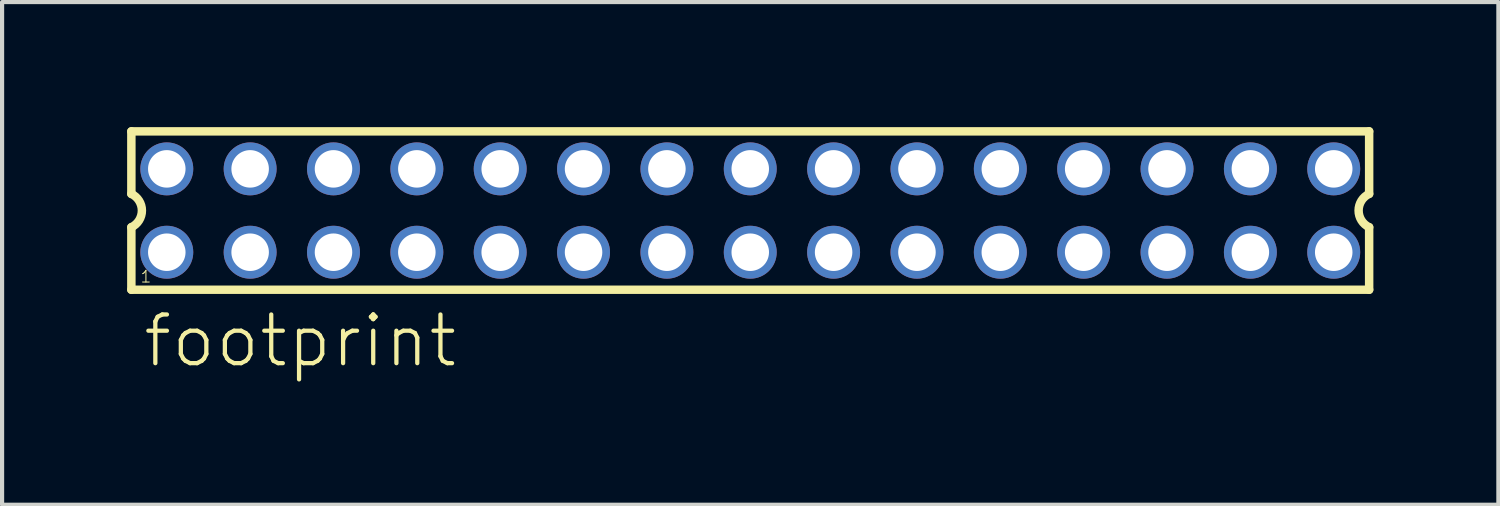
<source format=kicad_pcb>
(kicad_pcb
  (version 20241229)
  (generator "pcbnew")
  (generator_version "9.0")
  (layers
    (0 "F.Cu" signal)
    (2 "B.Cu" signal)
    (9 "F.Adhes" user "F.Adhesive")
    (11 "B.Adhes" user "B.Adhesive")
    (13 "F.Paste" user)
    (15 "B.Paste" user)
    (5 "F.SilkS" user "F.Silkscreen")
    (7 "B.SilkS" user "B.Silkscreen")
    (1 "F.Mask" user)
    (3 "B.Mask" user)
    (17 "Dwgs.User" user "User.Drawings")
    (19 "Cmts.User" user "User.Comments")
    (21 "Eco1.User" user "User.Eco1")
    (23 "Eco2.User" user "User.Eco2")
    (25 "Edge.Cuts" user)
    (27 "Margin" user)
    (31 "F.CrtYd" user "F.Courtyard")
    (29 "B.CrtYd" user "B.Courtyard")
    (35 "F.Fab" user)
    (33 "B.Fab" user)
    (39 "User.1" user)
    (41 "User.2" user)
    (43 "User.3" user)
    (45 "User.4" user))
  (footprint "footprint"
    (layer "F.Cu")
    (at 14.952 2.002)
    (property "Reference" "footprint" (at -14.62 3.81 0) (layer "F.SilkS") (effects (font (size 1.168 1.168) (thickness 0.102)) (justify left bottom)))
    (fp_line (start -14.85 -1.9) (end -14.85 -0.4) (stroke (width 0.203) (type solid)) (layer "F.SilkS"))
    (fp_line (start -14.85 0.4) (end -14.85 1.9) (stroke (width 0.203) (type solid)) (layer "F.SilkS"))
    (fp_line (start -14.85 1.9) (end 14.85 1.9) (stroke (width 0.203) (type solid)) (layer "F.SilkS"))
    (fp_line (start 14.85 -1.9) (end -14.85 -1.9) (stroke (width 0.203) (type solid)) (layer "F.SilkS"))
    (fp_line (start 14.85 -0.4) (end 14.85 -1.9) (stroke (width 0.203) (type solid)) (layer "F.SilkS"))
    (fp_line (start 14.85 1.9) (end 14.85 0.4) (stroke (width 0.203) (type solid)) (layer "F.SilkS"))
    (fp_arc (start -14.85 -0.4) (mid -14.597168 -0.000001) (end -14.849998 0.399999) (stroke (width 0.2032) (type solid)) (layer "F.SilkS"))
    (fp_arc (start 14.85 0.4) (mid 14.597168 0.000001) (end 14.849998 -0.399999) (stroke (width 0.2032) (type solid)) (layer "F.SilkS"))
    (fp_poly (pts (xy -14.25 -0.75) (xy -13.75 -0.75) (xy -13.75 -1.25) (xy -14.25 -1.25)) (stroke (width 0.1) (type solid)) (fill no) (layer "F.Fab"))
    (fp_poly (pts (xy -14.25 1.25) (xy -13.75 1.25) (xy -13.75 0.75) (xy -14.25 0.75)) (stroke (width 0.1) (type solid)) (fill no) (layer "F.Fab"))
    (fp_poly (pts (xy -12.25 -0.75) (xy -11.75 -0.75) (xy -11.75 -1.25) (xy -12.25 -1.25)) (stroke (width 0.1) (type solid)) (fill no) (layer "F.Fab"))
    (fp_poly (pts (xy -12.25 1.25) (xy -11.75 1.25) (xy -11.75 0.75) (xy -12.25 0.75)) (stroke (width 0.1) (type solid)) (fill no) (layer "F.Fab"))
    (fp_poly (pts (xy -10.25 -0.75) (xy -9.75 -0.75) (xy -9.75 -1.25) (xy -10.25 -1.25)) (stroke (width 0.1) (type solid)) (fill no) (layer "F.Fab"))
    (fp_poly (pts (xy -10.25 1.25) (xy -9.75 1.25) (xy -9.75 0.75) (xy -10.25 0.75)) (stroke (width 0.1) (type solid)) (fill no) (layer "F.Fab"))
    (fp_poly (pts (xy -8.25 -0.75) (xy -7.75 -0.75) (xy -7.75 -1.25) (xy -8.25 -1.25)) (stroke (width 0.1) (type solid)) (fill no) (layer "F.Fab"))
    (fp_poly (pts (xy -8.25 1.25) (xy -7.75 1.25) (xy -7.75 0.75) (xy -8.25 0.75)) (stroke (width 0.1) (type solid)) (fill no) (layer "F.Fab"))
    (fp_poly (pts (xy -6.25 -0.75) (xy -5.75 -0.75) (xy -5.75 -1.25) (xy -6.25 -1.25)) (stroke (width 0.1) (type solid)) (fill no) (layer "F.Fab"))
    (fp_poly (pts (xy -6.25 1.25) (xy -5.75 1.25) (xy -5.75 0.75) (xy -6.25 0.75)) (stroke (width 0.1) (type solid)) (fill no) (layer "F.Fab"))
    (fp_poly (pts (xy -4.25 -0.75) (xy -3.75 -0.75) (xy -3.75 -1.25) (xy -4.25 -1.25)) (stroke (width 0.1) (type solid)) (fill no) (layer "F.Fab"))
    (fp_poly (pts (xy -4.25 1.25) (xy -3.75 1.25) (xy -3.75 0.75) (xy -4.25 0.75)) (stroke (width 0.1) (type solid)) (fill no) (layer "F.Fab"))
    (fp_poly (pts (xy -2.25 -0.75) (xy -1.75 -0.75) (xy -1.75 -1.25) (xy -2.25 -1.25)) (stroke (width 0.1) (type solid)) (fill no) (layer "F.Fab"))
    (fp_poly (pts (xy -2.25 1.25) (xy -1.75 1.25) (xy -1.75 0.75) (xy -2.25 0.75)) (stroke (width 0.1) (type solid)) (fill no) (layer "F.Fab"))
    (fp_poly (pts (xy -0.25 -0.75) (xy 0.25 -0.75) (xy 0.25 -1.25) (xy -0.25 -1.25)) (stroke (width 0.1) (type solid)) (fill no) (layer "F.Fab"))
    (fp_poly (pts (xy -0.25 1.25) (xy 0.25 1.25) (xy 0.25 0.75) (xy -0.25 0.75)) (stroke (width 0.1) (type solid)) (fill no) (layer "F.Fab"))
    (fp_poly (pts (xy 1.75 -0.75) (xy 2.25 -0.75) (xy 2.25 -1.25) (xy 1.75 -1.25)) (stroke (width 0.1) (type solid)) (fill no) (layer "F.Fab"))
    (fp_poly (pts (xy 1.75 1.25) (xy 2.25 1.25) (xy 2.25 0.75) (xy 1.75 0.75)) (stroke (width 0.1) (type solid)) (fill no) (layer "F.Fab"))
    (fp_poly (pts (xy 3.75 -0.75) (xy 4.25 -0.75) (xy 4.25 -1.25) (xy 3.75 -1.25)) (stroke (width 0.1) (type solid)) (fill no) (layer "F.Fab"))
    (fp_poly (pts (xy 3.75 1.25) (xy 4.25 1.25) (xy 4.25 0.75) (xy 3.75 0.75)) (stroke (width 0.1) (type solid)) (fill no) (layer "F.Fab"))
    (fp_poly (pts (xy 5.75 -0.75) (xy 6.25 -0.75) (xy 6.25 -1.25) (xy 5.75 -1.25)) (stroke (width 0.1) (type solid)) (fill no) (layer "F.Fab"))
    (fp_poly (pts (xy 5.75 1.25) (xy 6.25 1.25) (xy 6.25 0.75) (xy 5.75 0.75)) (stroke (width 0.1) (type solid)) (fill no) (layer "F.Fab"))
    (fp_poly (pts (xy 7.75 -0.75) (xy 8.25 -0.75) (xy 8.25 -1.25) (xy 7.75 -1.25)) (stroke (width 0.1) (type solid)) (fill no) (layer "F.Fab"))
    (fp_poly (pts (xy 7.75 1.25) (xy 8.25 1.25) (xy 8.25 0.75) (xy 7.75 0.75)) (stroke (width 0.1) (type solid)) (fill no) (layer "F.Fab"))
    (fp_poly (pts (xy 9.75 -0.75) (xy 10.25 -0.75) (xy 10.25 -1.25) (xy 9.75 -1.25)) (stroke (width 0.1) (type solid)) (fill no) (layer "F.Fab"))
    (fp_poly (pts (xy 9.75 1.25) (xy 10.25 1.25) (xy 10.25 0.75) (xy 9.75 0.75)) (stroke (width 0.1) (type solid)) (fill no) (layer "F.Fab"))
    (fp_poly (pts (xy 11.75 -0.75) (xy 12.25 -0.75) (xy 12.25 -1.25) (xy 11.75 -1.25)) (stroke (width 0.1) (type solid)) (fill no) (layer "F.Fab"))
    (fp_poly (pts (xy 11.75 1.25) (xy 12.25 1.25) (xy 12.25 0.75) (xy 11.75 0.75)) (stroke (width 0.1) (type solid)) (fill no) (layer "F.Fab"))
    (fp_poly (pts (xy 13.75 -0.75) (xy 14.25 -0.75) (xy 14.25 -1.25) (xy 13.75 -1.25)) (stroke (width 0.1) (type solid)) (fill no) (layer "F.Fab"))
    (fp_poly (pts (xy 13.75 1.25) (xy 14.25 1.25) (xy 14.25 0.75) (xy 13.75 0.75)) (stroke (width 0.1) (type solid)) (fill no) (layer "F.Fab"))
    (fp_text user "1" (at -14.65 1.75 0) (layer "F.SilkS") (effects (font (size 0.28 0.28) (thickness 0.024)) (justify left bottom)))
    (pad "1" thru_hole circle (at -14 1) (size 1.27 1.27) (drill 0.9) (layers "*.Cu" "*.Mask"))
    (pad "2" thru_hole circle (at -14 -1) (size 1.27 1.27) (drill 0.9) (layers "*.Cu" "*.Mask"))
    (pad "3" thru_hole circle (at -12 1) (size 1.27 1.27) (drill 0.9) (layers "*.Cu" "*.Mask"))
    (pad "4" thru_hole circle (at -12 -1) (size 1.27 1.27) (drill 0.9) (layers "*.Cu" "*.Mask"))
    (pad "5" thru_hole circle (at -10 1) (size 1.27 1.27) (drill 0.9) (layers "*.Cu" "*.Mask"))
    (pad "6" thru_hole circle (at -10 -1) (size 1.27 1.27) (drill 0.9) (layers "*.Cu" "*.Mask"))
    (pad "7" thru_hole circle (at -8 1) (size 1.27 1.27) (drill 0.9) (layers "*.Cu" "*.Mask"))
    (pad "8" thru_hole circle (at -8 -1) (size 1.27 1.27) (drill 0.9) (layers "*.Cu" "*.Mask"))
    (pad "9" thru_hole circle (at -6 1) (size 1.27 1.27) (drill 0.9) (layers "*.Cu" "*.Mask"))
    (pad "10" thru_hole circle (at -6 -1) (size 1.27 1.27) (drill 0.9) (layers "*.Cu" "*.Mask"))
    (pad "11" thru_hole circle (at -4 1) (size 1.27 1.27) (drill 0.9) (layers "*.Cu" "*.Mask"))
    (pad "12" thru_hole circle (at -4 -1) (size 1.27 1.27) (drill 0.9) (layers "*.Cu" "*.Mask"))
    (pad "13" thru_hole circle (at -2 1) (size 1.27 1.27) (drill 0.9) (layers "*.Cu" "*.Mask"))
    (pad "14" thru_hole circle (at -2 -1) (size 1.27 1.27) (drill 0.9) (layers "*.Cu" "*.Mask"))
    (pad "15" thru_hole circle (at 0 1) (size 1.27 1.27) (drill 0.9) (layers "*.Cu" "*.Mask"))
    (pad "16" thru_hole circle (at 0 -1) (size 1.27 1.27) (drill 0.9) (layers "*.Cu" "*.Mask"))
    (pad "17" thru_hole circle (at 2 1) (size 1.27 1.27) (drill 0.9) (layers "*.Cu" "*.Mask"))
    (pad "18" thru_hole circle (at 2 -1) (size 1.27 1.27) (drill 0.9) (layers "*.Cu" "*.Mask"))
    (pad "19" thru_hole circle (at 4 1) (size 1.27 1.27) (drill 0.9) (layers "*.Cu" "*.Mask"))
    (pad "20" thru_hole circle (at 4 -1) (size 1.27 1.27) (drill 0.9) (layers "*.Cu" "*.Mask"))
    (pad "21" thru_hole circle (at 6 1) (size 1.27 1.27) (drill 0.9) (layers "*.Cu" "*.Mask"))
    (pad "22" thru_hole circle (at 6 -1) (size 1.27 1.27) (drill 0.9) (layers "*.Cu" "*.Mask"))
    (pad "23" thru_hole circle (at 8 1) (size 1.27 1.27) (drill 0.9) (layers "*.Cu" "*.Mask"))
    (pad "24" thru_hole circle (at 8 -1) (size 1.27 1.27) (drill 0.9) (layers "*.Cu" "*.Mask"))
    (pad "25" thru_hole circle (at 10 1) (size 1.27 1.27) (drill 0.9) (layers "*.Cu" "*.Mask"))
    (pad "26" thru_hole circle (at 10 -1) (size 1.27 1.27) (drill 0.9) (layers "*.Cu" "*.Mask"))
    (pad "27" thru_hole circle (at 12 1) (size 1.27 1.27) (drill 0.9) (layers "*.Cu" "*.Mask"))
    (pad "28" thru_hole circle (at 12 -1) (size 1.27 1.27) (drill 0.9) (layers "*.Cu" "*.Mask"))
    (pad "29" thru_hole circle (at 14 1) (size 1.27 1.27) (drill 0.9) (layers "*.Cu" "*.Mask"))
    (pad "30" thru_hole circle (at 14 -1) (size 1.27 1.27) (drill 0.9) (layers "*.Cu" "*.Mask")))
  (gr_rect
    (start -3 -3)
    (end 32.903 9.062)
    (stroke (width 0.1) (type default))
    (fill no)
    (layer "Edge.Cuts")))
</source>
